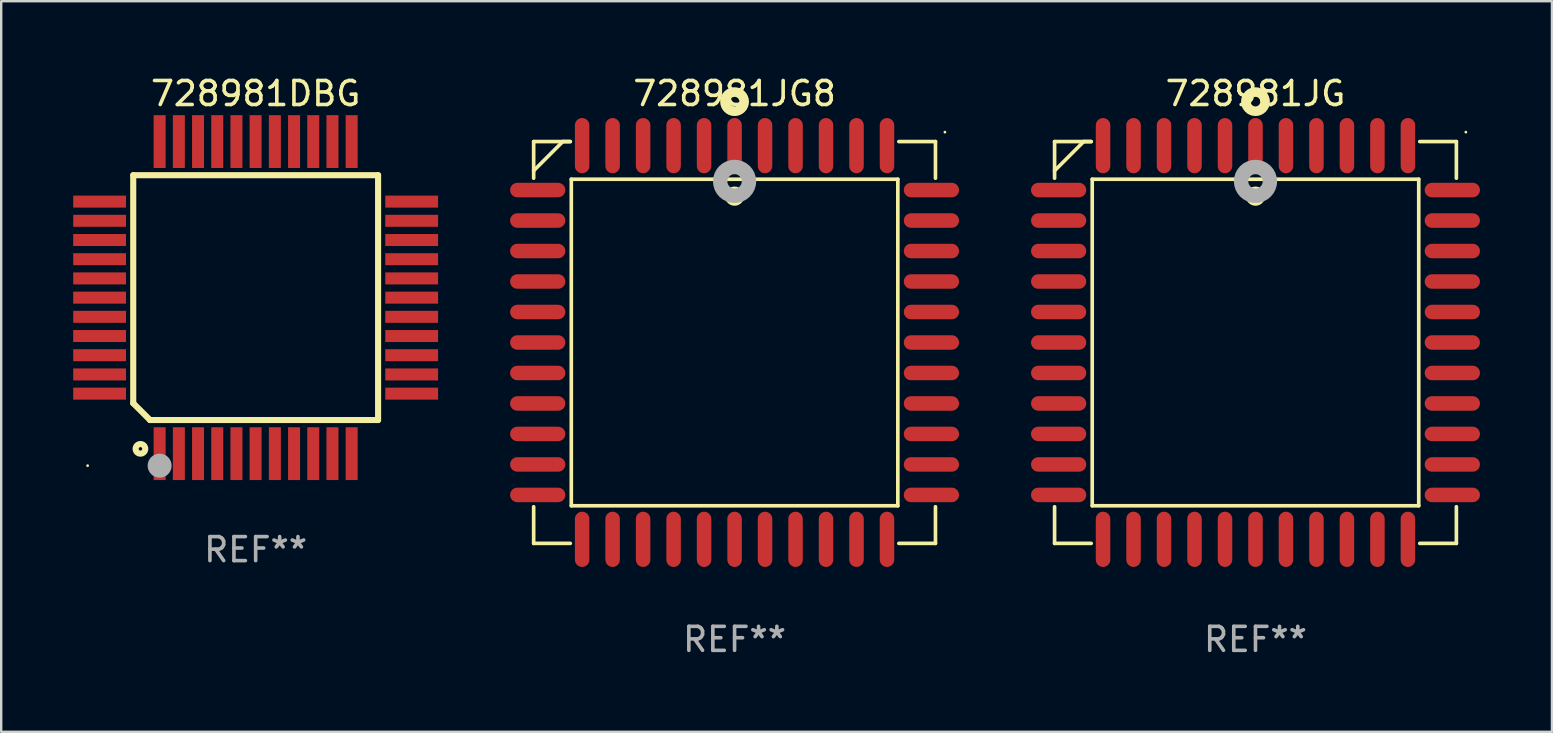
<source format=kicad_pcb>
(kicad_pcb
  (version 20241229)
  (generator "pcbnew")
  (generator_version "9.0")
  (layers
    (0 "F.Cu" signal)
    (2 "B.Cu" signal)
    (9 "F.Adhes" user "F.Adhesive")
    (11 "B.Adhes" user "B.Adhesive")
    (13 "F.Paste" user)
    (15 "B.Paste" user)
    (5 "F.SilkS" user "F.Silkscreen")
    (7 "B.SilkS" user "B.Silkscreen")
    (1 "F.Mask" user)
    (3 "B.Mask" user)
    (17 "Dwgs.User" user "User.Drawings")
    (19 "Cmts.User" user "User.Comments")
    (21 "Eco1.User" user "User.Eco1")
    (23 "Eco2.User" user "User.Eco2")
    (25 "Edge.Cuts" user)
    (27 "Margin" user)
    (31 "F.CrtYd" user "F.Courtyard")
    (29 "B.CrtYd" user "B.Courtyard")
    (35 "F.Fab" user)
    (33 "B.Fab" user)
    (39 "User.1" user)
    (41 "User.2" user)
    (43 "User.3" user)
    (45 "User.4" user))
  (footprint "728981DBG"
    (layer "F.Cu")
    (at 7.6 9.348)
    (property "Reference" "728981DBG" (at 0 -8.5 0) (layer "F.SilkS") (effects (font (size 1 1) (thickness 0.15))))
    (attr through_hole)
    (fp_line (start -5.1 4.4) (end -5.1 -5.1) (stroke (width 0.254) (type solid)) (layer "F.SilkS"))
    (fp_line (start -5.1 4.4) (end -4.4 5.1) (stroke (width 0.254) (type solid)) (layer "F.SilkS"))
    (fp_line (start -4.4 5.1) (end 5.1 5.1) (stroke (width 0.254) (type solid)) (layer "F.SilkS"))
    (fp_line (start 5.1 -5.1) (end -5.1 -5.1) (stroke (width 0.254) (type solid)) (layer "F.SilkS"))
    (fp_line (start 5.1 5.1) (end 5.1 -5.1) (stroke (width 0.254) (type solid)) (layer "F.SilkS"))
    (fp_circle (center -7 7) (end -6.97 7) (stroke (width 0.06) (type solid)) (fill no) (layer "F.SilkS"))
    (fp_circle (center -4.8 6.3) (end -4.6 6.3) (stroke (width 0.254) (type solid)) (fill no) (layer "F.SilkS"))
    (fp_circle (center -4 7) (end -3.75 7) (stroke (width 0.5) (type solid)) (fill no) (layer "F.Fab"))
    (fp_text user "REF**" (at 0 10.5 0) (layer "F.Fab") (effects (font (size 1 1) (thickness 0.15))))
    (pad "1" smd rect (at -4 6.5) (size 0.5 2.2) (layers "F.Cu" "F.Mask" "F.Paste"))
    (pad "2" smd rect (at -3.2 6.5) (size 0.5 2.2) (layers "F.Cu" "F.Mask" "F.Paste"))
    (pad "3" smd rect (at -2.4 6.5) (size 0.5 2.2) (layers "F.Cu" "F.Mask" "F.Paste"))
    (pad "4" smd rect (at -1.6 6.5) (size 0.5 2.2) (layers "F.Cu" "F.Mask" "F.Paste"))
    (pad "5" smd rect (at -0.8 6.5) (size 0.5 2.2) (layers "F.Cu" "F.Mask" "F.Paste"))
    (pad "6" smd rect (at -0.003 6.5) (size 0.5 2.2) (layers "F.Cu" "F.Mask" "F.Paste"))
    (pad "7" smd rect (at 0.8 6.5) (size 0.5 2.2) (layers "F.Cu" "F.Mask" "F.Paste"))
    (pad "8" smd rect (at 1.6 6.5) (size 0.5 2.2) (layers "F.Cu" "F.Mask" "F.Paste"))
    (pad "9" smd rect (at 2.4 6.5) (size 0.5 2.2) (layers "F.Cu" "F.Mask" "F.Paste"))
    (pad "10" smd rect (at 3.2 6.5) (size 0.5 2.2) (layers "F.Cu" "F.Mask" "F.Paste"))
    (pad "11" smd rect (at 4 6.5) (size 0.5 2.2) (layers "F.Cu" "F.Mask" "F.Paste"))
    (pad "12" smd rect (at 6.5 4) (size 2.2 0.5) (layers "F.Cu" "F.Mask" "F.Paste"))
    (pad "13" smd rect (at 6.5 3.2) (size 2.2 0.5) (layers "F.Cu" "F.Mask" "F.Paste"))
    (pad "14" smd rect (at 6.5 2.4) (size 2.2 0.5) (layers "F.Cu" "F.Mask" "F.Paste"))
    (pad "15" smd rect (at 6.5 1.6) (size 2.2 0.5) (layers "F.Cu" "F.Mask" "F.Paste"))
    (pad "16" smd rect (at 6.5 0.8) (size 2.2 0.5) (layers "F.Cu" "F.Mask" "F.Paste"))
    (pad "17" smd rect (at 6.5 0.001) (size 2.2 0.5) (layers "F.Cu" "F.Mask" "F.Paste"))
    (pad "18" smd rect (at 6.5 -0.8) (size 2.2 0.5) (layers "F.Cu" "F.Mask" "F.Paste"))
    (pad "19" smd rect (at 6.5 -1.6) (size 2.2 0.5) (layers "F.Cu" "F.Mask" "F.Paste"))
    (pad "20" smd rect (at 6.5 -2.4) (size 2.2 0.5) (layers "F.Cu" "F.Mask" "F.Paste"))
    (pad "21" smd rect (at 6.5 -3.2) (size 2.2 0.5) (layers "F.Cu" "F.Mask" "F.Paste"))
    (pad "22" smd rect (at 6.5 -4) (size 2.2 0.5) (layers "F.Cu" "F.Mask" "F.Paste"))
    (pad "23" smd rect (at 4 -6.5) (size 0.5 2.2) (layers "F.Cu" "F.Mask" "F.Paste"))
    (pad "24" smd rect (at 3.2 -6.5) (size 0.5 2.2) (layers "F.Cu" "F.Mask" "F.Paste"))
    (pad "25" smd rect (at 2.4 -6.5) (size 0.5 2.2) (layers "F.Cu" "F.Mask" "F.Paste"))
    (pad "26" smd rect (at 1.6 -6.5) (size 0.5 2.2) (layers "F.Cu" "F.Mask" "F.Paste"))
    (pad "27" smd rect (at 0.8 -6.5) (size 0.5 2.2) (layers "F.Cu" "F.Mask" "F.Paste"))
    (pad "28" smd rect (at -0.003 -6.5) (size 0.5 2.2) (layers "F.Cu" "F.Mask" "F.Paste"))
    (pad "29" smd rect (at -0.8 -6.5) (size 0.5 2.2) (layers "F.Cu" "F.Mask" "F.Paste"))
    (pad "30" smd rect (at -1.6 -6.5) (size 0.5 2.2) (layers "F.Cu" "F.Mask" "F.Paste"))
    (pad "31" smd rect (at -2.4 -6.5) (size 0.5 2.2) (layers "F.Cu" "F.Mask" "F.Paste"))
    (pad "32" smd rect (at -3.2 -6.5) (size 0.5 2.2) (layers "F.Cu" "F.Mask" "F.Paste"))
    (pad "33" smd rect (at -4 -6.5) (size 0.5 2.2) (layers "F.Cu" "F.Mask" "F.Paste"))
    (pad "34" smd rect (at -6.5 -4) (size 2.2 0.5) (layers "F.Cu" "F.Mask" "F.Paste"))
    (pad "35" smd rect (at -6.5 -3.2) (size 2.2 0.5) (layers "F.Cu" "F.Mask" "F.Paste"))
    (pad "36" smd rect (at -6.5 -2.4) (size 2.2 0.5) (layers "F.Cu" "F.Mask" "F.Paste"))
    (pad "37" smd rect (at -6.5 -1.6) (size 2.2 0.5) (layers "F.Cu" "F.Mask" "F.Paste"))
    (pad "38" smd rect (at -6.5 -0.8) (size 2.2 0.5) (layers "F.Cu" "F.Mask" "F.Paste"))
    (pad "39" smd rect (at -6.5 0.001) (size 2.2 0.5) (layers "F.Cu" "F.Mask" "F.Paste"))
    (pad "40" smd rect (at -6.5 0.8) (size 2.2 0.5) (layers "F.Cu" "F.Mask" "F.Paste"))
    (pad "41" smd rect (at -6.5 1.6) (size 2.2 0.5) (layers "F.Cu" "F.Mask" "F.Paste"))
    (pad "42" smd rect (at -6.5 2.4) (size 2.2 0.5) (layers "F.Cu" "F.Mask" "F.Paste"))
    (pad "43" smd rect (at -6.5 3.2) (size 2.2 0.5) (layers "F.Cu" "F.Mask" "F.Paste"))
    (pad "44" smd rect (at -6.5 4) (size 2.2 0.5) (layers "F.Cu" "F.Mask" "F.Paste")))
  (footprint "728981JG8"
    (layer "F.Cu")
    (at 27.55 11.217)
    (property "Reference" "728981JG8" (at 0 -10.369 0) (layer "F.SilkS") (effects (font (size 1 1) (thickness 0.15))))
    (attr through_hole)
    (fp_line (start -8.369 -8.369) (end -8.369 -6.843) (stroke (width 0.152) (type solid)) (layer "F.SilkS"))
    (fp_line (start -8.369 8.369) (end -8.369 6.843) (stroke (width 0.152) (type solid)) (layer "F.SilkS"))
    (fp_line (start -7.156 -8.369) (end -8.369 -7.156) (stroke (width 0.152) (type solid)) (layer "F.SilkS"))
    (fp_line (start -6.843 -8.369) (end -8.369 -8.369) (stroke (width 0.152) (type solid)) (layer "F.SilkS"))
    (fp_line (start -6.843 -8.369) (end -7.156 -8.369) (stroke (width 0.152) (type solid)) (layer "F.SilkS"))
    (fp_line (start -6.843 8.369) (end -8.369 8.369) (stroke (width 0.152) (type solid)) (layer "F.SilkS"))
    (fp_line (start -6.801 -6.801) (end 6.801 -6.801) (stroke (width 0.152) (type solid)) (layer "F.SilkS"))
    (fp_line (start -6.801 6.801) (end -6.801 -6.801) (stroke (width 0.152) (type solid)) (layer "F.SilkS"))
    (fp_line (start 6.801 -6.801) (end 6.801 6.801) (stroke (width 0.152) (type solid)) (layer "F.SilkS"))
    (fp_line (start 6.801 6.801) (end -6.801 6.801) (stroke (width 0.152) (type solid)) (layer "F.SilkS"))
    (fp_line (start 6.843 -8.369) (end 8.369 -8.369) (stroke (width 0.152) (type solid)) (layer "F.SilkS"))
    (fp_line (start 6.843 8.369) (end 8.369 8.369) (stroke (width 0.152) (type solid)) (layer "F.SilkS"))
    (fp_line (start 8.369 -8.369) (end 8.369 -6.843) (stroke (width 0.152) (type solid)) (layer "F.SilkS"))
    (fp_line (start 8.369 8.369) (end 8.369 6.843) (stroke (width 0.152) (type solid)) (layer "F.SilkS"))
    (fp_circle (center -0.000013 -6.096) (end 0.2 -6.096) (stroke (width 0.4) (type solid)) (fill no) (layer "F.SilkS"))
    (fp_circle (center 0.000114 -10.033) (end 0.2 -10.033) (stroke (width 0.4) (type solid)) (fill no) (layer "F.SilkS"))
    (fp_circle (center 8.763 -8.763) (end 8.793 -8.763) (stroke (width 0.06) (type solid)) (fill no) (layer "F.SilkS"))
    (fp_circle (center 0.000114 -6.712) (end 0.3 -6.712) (stroke (width 0.6) (type solid)) (fill no) (layer "F.Fab"))
    (fp_text user "REF**" (at 0 12.369 0) (layer "F.Fab") (effects (font (size 1 1) (thickness 0.15))))
    (pad "1" smd oval (at 0.000114 -8.2) (size 0.604 2.3) (layers "F.Cu" "F.Mask" "F.Paste"))
    (pad "2" smd oval (at -1.27 -8.2) (size 0.604 2.3) (layers "F.Cu" "F.Mask" "F.Paste"))
    (pad "3" smd oval (at -2.54 -8.2) (size 0.604 2.3) (layers "F.Cu" "F.Mask" "F.Paste"))
    (pad "4" smd oval (at -3.81 -8.2) (size 0.604 2.3) (layers "F.Cu" "F.Mask" "F.Paste"))
    (pad "5" smd oval (at -5.08 -8.2) (size 0.604 2.3) (layers "F.Cu" "F.Mask" "F.Paste"))
    (pad "6" smd oval (at -6.35 -8.2) (size 0.604 2.3) (layers "F.Cu" "F.Mask" "F.Paste"))
    (pad "7" smd oval (at -8.2 -6.35) (size 2.3 0.604) (layers "F.Cu" "F.Mask" "F.Paste"))
    (pad "8" smd oval (at -8.2 -5.08) (size 2.3 0.604) (layers "F.Cu" "F.Mask" "F.Paste"))
    (pad "9" smd oval (at -8.2 -3.81) (size 2.3 0.604) (layers "F.Cu" "F.Mask" "F.Paste"))
    (pad "10" smd oval (at -8.2 -2.54) (size 2.3 0.604) (layers "F.Cu" "F.Mask" "F.Paste"))
    (pad "11" smd oval (at -8.2 -1.27) (size 2.3 0.604) (layers "F.Cu" "F.Mask" "F.Paste"))
    (pad "12" smd oval (at -8.2 0.000127) (size 2.3 0.604) (layers "F.Cu" "F.Mask" "F.Paste"))
    (pad "13" smd oval (at -8.2 1.27) (size 2.3 0.604) (layers "F.Cu" "F.Mask" "F.Paste"))
    (pad "14" smd oval (at -8.2 2.54) (size 2.3 0.604) (layers "F.Cu" "F.Mask" "F.Paste"))
    (pad "15" smd oval (at -8.2 3.81) (size 2.3 0.604) (layers "F.Cu" "F.Mask" "F.Paste"))
    (pad "16" smd oval (at -8.2 5.08) (size 2.3 0.604) (layers "F.Cu" "F.Mask" "F.Paste"))
    (pad "17" smd oval (at -8.2 6.35) (size 2.3 0.604) (layers "F.Cu" "F.Mask" "F.Paste"))
    (pad "18" smd oval (at -6.35 8.2) (size 0.604 2.3) (layers "F.Cu" "F.Mask" "F.Paste"))
    (pad "19" smd oval (at -5.08 8.2) (size 0.604 2.3) (layers "F.Cu" "F.Mask" "F.Paste"))
    (pad "20" smd oval (at -3.81 8.2) (size 0.604 2.3) (layers "F.Cu" "F.Mask" "F.Paste"))
    (pad "21" smd oval (at -2.54 8.2) (size 0.604 2.3) (layers "F.Cu" "F.Mask" "F.Paste"))
    (pad "22" smd oval (at -1.27 8.2) (size 0.604 2.3) (layers "F.Cu" "F.Mask" "F.Paste"))
    (pad "23" smd oval (at 0.000114 8.2) (size 0.604 2.3) (layers "F.Cu" "F.Mask" "F.Paste"))
    (pad "24" smd oval (at 1.27 8.2) (size 0.604 2.3) (layers "F.Cu" "F.Mask" "F.Paste"))
    (pad "25" smd oval (at 2.54 8.2) (size 0.604 2.3) (layers "F.Cu" "F.Mask" "F.Paste"))
    (pad "26" smd oval (at 3.81 8.2) (size 0.604 2.3) (layers "F.Cu" "F.Mask" "F.Paste"))
    (pad "27" smd oval (at 5.08 8.2) (size 0.604 2.3) (layers "F.Cu" "F.Mask" "F.Paste"))
    (pad "28" smd oval (at 6.35 8.2) (size 0.604 2.3) (layers "F.Cu" "F.Mask" "F.Paste"))
    (pad "29" smd oval (at 8.2 6.35) (size 2.3 0.604) (layers "F.Cu" "F.Mask" "F.Paste"))
    (pad "30" smd oval (at 8.2 5.08) (size 2.3 0.604) (layers "F.Cu" "F.Mask" "F.Paste"))
    (pad "31" smd oval (at 8.2 3.81) (size 2.3 0.604) (layers "F.Cu" "F.Mask" "F.Paste"))
    (pad "32" smd oval (at 8.2 2.54) (size 2.3 0.604) (layers "F.Cu" "F.Mask" "F.Paste"))
    (pad "33" smd oval (at 8.2 1.27) (size 2.3 0.604) (layers "F.Cu" "F.Mask" "F.Paste"))
    (pad "34" smd oval (at 8.2 0.000127) (size 2.3 0.604) (layers "F.Cu" "F.Mask" "F.Paste"))
    (pad "35" smd oval (at 8.2 -1.27) (size 2.3 0.604) (layers "F.Cu" "F.Mask" "F.Paste"))
    (pad "36" smd oval (at 8.2 -2.54) (size 2.3 0.604) (layers "F.Cu" "F.Mask" "F.Paste"))
    (pad "37" smd oval (at 8.2 -3.81) (size 2.3 0.604) (layers "F.Cu" "F.Mask" "F.Paste"))
    (pad "38" smd oval (at 8.2 -5.08) (size 2.3 0.604) (layers "F.Cu" "F.Mask" "F.Paste"))
    (pad "39" smd oval (at 8.2 -6.35) (size 2.3 0.604) (layers "F.Cu" "F.Mask" "F.Paste"))
    (pad "40" smd oval (at 6.35 -8.2) (size 0.604 2.3) (layers "F.Cu" "F.Mask" "F.Paste"))
    (pad "41" smd oval (at 5.08 -8.2) (size 0.604 2.3) (layers "F.Cu" "F.Mask" "F.Paste"))
    (pad "42" smd oval (at 3.81 -8.2) (size 0.604 2.3) (layers "F.Cu" "F.Mask" "F.Paste"))
    (pad "43" smd oval (at 2.54 -8.2) (size 0.604 2.3) (layers "F.Cu" "F.Mask" "F.Paste"))
    (pad "44" smd oval (at 1.27 -8.2) (size 0.604 2.3) (layers "F.Cu" "F.Mask" "F.Paste")))
  (footprint "728981JG"
    (layer "F.Cu")
    (at 49.25 11.217)
    (property "Reference" "728981JG" (at 0 -10.369 0) (layer "F.SilkS") (effects (font (size 1 1) (thickness 0.15))))
    (attr through_hole)
    (fp_line (start -8.369 -8.369) (end -8.369 -6.843) (stroke (width 0.152) (type solid)) (layer "F.SilkS"))
    (fp_line (start -8.369 8.369) (end -8.369 6.843) (stroke (width 0.152) (type solid)) (layer "F.SilkS"))
    (fp_line (start -7.156 -8.369) (end -8.369 -7.156) (stroke (width 0.152) (type solid)) (layer "F.SilkS"))
    (fp_line (start -6.843 -8.369) (end -8.369 -8.369) (stroke (width 0.152) (type solid)) (layer "F.SilkS"))
    (fp_line (start -6.843 -8.369) (end -7.156 -8.369) (stroke (width 0.152) (type solid)) (layer "F.SilkS"))
    (fp_line (start -6.843 8.369) (end -8.369 8.369) (stroke (width 0.152) (type solid)) (layer "F.SilkS"))
    (fp_line (start -6.801 -6.801) (end 6.801 -6.801) (stroke (width 0.152) (type solid)) (layer "F.SilkS"))
    (fp_line (start -6.801 6.801) (end -6.801 -6.801) (stroke (width 0.152) (type solid)) (layer "F.SilkS"))
    (fp_line (start 6.801 -6.801) (end 6.801 6.801) (stroke (width 0.152) (type solid)) (layer "F.SilkS"))
    (fp_line (start 6.801 6.801) (end -6.801 6.801) (stroke (width 0.152) (type solid)) (layer "F.SilkS"))
    (fp_line (start 6.843 -8.369) (end 8.369 -8.369) (stroke (width 0.152) (type solid)) (layer "F.SilkS"))
    (fp_line (start 6.843 8.369) (end 8.369 8.369) (stroke (width 0.152) (type solid)) (layer "F.SilkS"))
    (fp_line (start 8.369 -8.369) (end 8.369 -6.843) (stroke (width 0.152) (type solid)) (layer "F.SilkS"))
    (fp_line (start 8.369 8.369) (end 8.369 6.843) (stroke (width 0.152) (type solid)) (layer "F.SilkS"))
    (fp_circle (center -0.000013 -6.096) (end 0.2 -6.096) (stroke (width 0.4) (type solid)) (fill no) (layer "F.SilkS"))
    (fp_circle (center 0.000114 -10.033) (end 0.2 -10.033) (stroke (width 0.4) (type solid)) (fill no) (layer "F.SilkS"))
    (fp_circle (center 8.763 -8.763) (end 8.793 -8.763) (stroke (width 0.06) (type solid)) (fill no) (layer "F.SilkS"))
    (fp_circle (center 0.000114 -6.712) (end 0.3 -6.712) (stroke (width 0.6) (type solid)) (fill no) (layer "F.Fab"))
    (fp_text user "REF**" (at 0 12.369 0) (layer "F.Fab") (effects (font (size 1 1) (thickness 0.15))))
    (pad "1" smd oval (at 0.000114 -8.2) (size 0.604 2.3) (layers "F.Cu" "F.Mask" "F.Paste"))
    (pad "2" smd oval (at -1.27 -8.2) (size 0.604 2.3) (layers "F.Cu" "F.Mask" "F.Paste"))
    (pad "3" smd oval (at -2.54 -8.2) (size 0.604 2.3) (layers "F.Cu" "F.Mask" "F.Paste"))
    (pad "4" smd oval (at -3.81 -8.2) (size 0.604 2.3) (layers "F.Cu" "F.Mask" "F.Paste"))
    (pad "5" smd oval (at -5.08 -8.2) (size 0.604 2.3) (layers "F.Cu" "F.Mask" "F.Paste"))
    (pad "6" smd oval (at -6.35 -8.2) (size 0.604 2.3) (layers "F.Cu" "F.Mask" "F.Paste"))
    (pad "7" smd oval (at -8.2 -6.35) (size 2.3 0.604) (layers "F.Cu" "F.Mask" "F.Paste"))
    (pad "8" smd oval (at -8.2 -5.08) (size 2.3 0.604) (layers "F.Cu" "F.Mask" "F.Paste"))
    (pad "9" smd oval (at -8.2 -3.81) (size 2.3 0.604) (layers "F.Cu" "F.Mask" "F.Paste"))
    (pad "10" smd oval (at -8.2 -2.54) (size 2.3 0.604) (layers "F.Cu" "F.Mask" "F.Paste"))
    (pad "11" smd oval (at -8.2 -1.27) (size 2.3 0.604) (layers "F.Cu" "F.Mask" "F.Paste"))
    (pad "12" smd oval (at -8.2 0.000127) (size 2.3 0.604) (layers "F.Cu" "F.Mask" "F.Paste"))
    (pad "13" smd oval (at -8.2 1.27) (size 2.3 0.604) (layers "F.Cu" "F.Mask" "F.Paste"))
    (pad "14" smd oval (at -8.2 2.54) (size 2.3 0.604) (layers "F.Cu" "F.Mask" "F.Paste"))
    (pad "15" smd oval (at -8.2 3.81) (size 2.3 0.604) (layers "F.Cu" "F.Mask" "F.Paste"))
    (pad "16" smd oval (at -8.2 5.08) (size 2.3 0.604) (layers "F.Cu" "F.Mask" "F.Paste"))
    (pad "17" smd oval (at -8.2 6.35) (size 2.3 0.604) (layers "F.Cu" "F.Mask" "F.Paste"))
    (pad "18" smd oval (at -6.35 8.2) (size 0.604 2.3) (layers "F.Cu" "F.Mask" "F.Paste"))
    (pad "19" smd oval (at -5.08 8.2) (size 0.604 2.3) (layers "F.Cu" "F.Mask" "F.Paste"))
    (pad "20" smd oval (at -3.81 8.2) (size 0.604 2.3) (layers "F.Cu" "F.Mask" "F.Paste"))
    (pad "21" smd oval (at -2.54 8.2) (size 0.604 2.3) (layers "F.Cu" "F.Mask" "F.Paste"))
    (pad "22" smd oval (at -1.27 8.2) (size 0.604 2.3) (layers "F.Cu" "F.Mask" "F.Paste"))
    (pad "23" smd oval (at 0.000114 8.2) (size 0.604 2.3) (layers "F.Cu" "F.Mask" "F.Paste"))
    (pad "24" smd oval (at 1.27 8.2) (size 0.604 2.3) (layers "F.Cu" "F.Mask" "F.Paste"))
    (pad "25" smd oval (at 2.54 8.2) (size 0.604 2.3) (layers "F.Cu" "F.Mask" "F.Paste"))
    (pad "26" smd oval (at 3.81 8.2) (size 0.604 2.3) (layers "F.Cu" "F.Mask" "F.Paste"))
    (pad "27" smd oval (at 5.08 8.2) (size 0.604 2.3) (layers "F.Cu" "F.Mask" "F.Paste"))
    (pad "28" smd oval (at 6.35 8.2) (size 0.604 2.3) (layers "F.Cu" "F.Mask" "F.Paste"))
    (pad "29" smd oval (at 8.2 6.35) (size 2.3 0.604) (layers "F.Cu" "F.Mask" "F.Paste"))
    (pad "30" smd oval (at 8.2 5.08) (size 2.3 0.604) (layers "F.Cu" "F.Mask" "F.Paste"))
    (pad "31" smd oval (at 8.2 3.81) (size 2.3 0.604) (layers "F.Cu" "F.Mask" "F.Paste"))
    (pad "32" smd oval (at 8.2 2.54) (size 2.3 0.604) (layers "F.Cu" "F.Mask" "F.Paste"))
    (pad "33" smd oval (at 8.2 1.27) (size 2.3 0.604) (layers "F.Cu" "F.Mask" "F.Paste"))
    (pad "34" smd oval (at 8.2 0.000127) (size 2.3 0.604) (layers "F.Cu" "F.Mask" "F.Paste"))
    (pad "35" smd oval (at 8.2 -1.27) (size 2.3 0.604) (layers "F.Cu" "F.Mask" "F.Paste"))
    (pad "36" smd oval (at 8.2 -2.54) (size 2.3 0.604) (layers "F.Cu" "F.Mask" "F.Paste"))
    (pad "37" smd oval (at 8.2 -3.81) (size 2.3 0.604) (layers "F.Cu" "F.Mask" "F.Paste"))
    (pad "38" smd oval (at 8.2 -5.08) (size 2.3 0.604) (layers "F.Cu" "F.Mask" "F.Paste"))
    (pad "39" smd oval (at 8.2 -6.35) (size 2.3 0.604) (layers "F.Cu" "F.Mask" "F.Paste"))
    (pad "40" smd oval (at 6.35 -8.2) (size 0.604 2.3) (layers "F.Cu" "F.Mask" "F.Paste"))
    (pad "41" smd oval (at 5.08 -8.2) (size 0.604 2.3) (layers "F.Cu" "F.Mask" "F.Paste"))
    (pad "42" smd oval (at 3.81 -8.2) (size 0.604 2.3) (layers "F.Cu" "F.Mask" "F.Paste"))
    (pad "43" smd oval (at 2.54 -8.2) (size 0.604 2.3) (layers "F.Cu" "F.Mask" "F.Paste"))
    (pad "44" smd oval (at 1.27 -8.2) (size 0.604 2.3) (layers "F.Cu" "F.Mask" "F.Paste")))
  (gr_rect
    (start -3 -3)
    (end 61.6 27.435)
    (stroke (width 0.1) (type default))
    (fill no)
    (layer "Edge.Cuts")))
</source>
